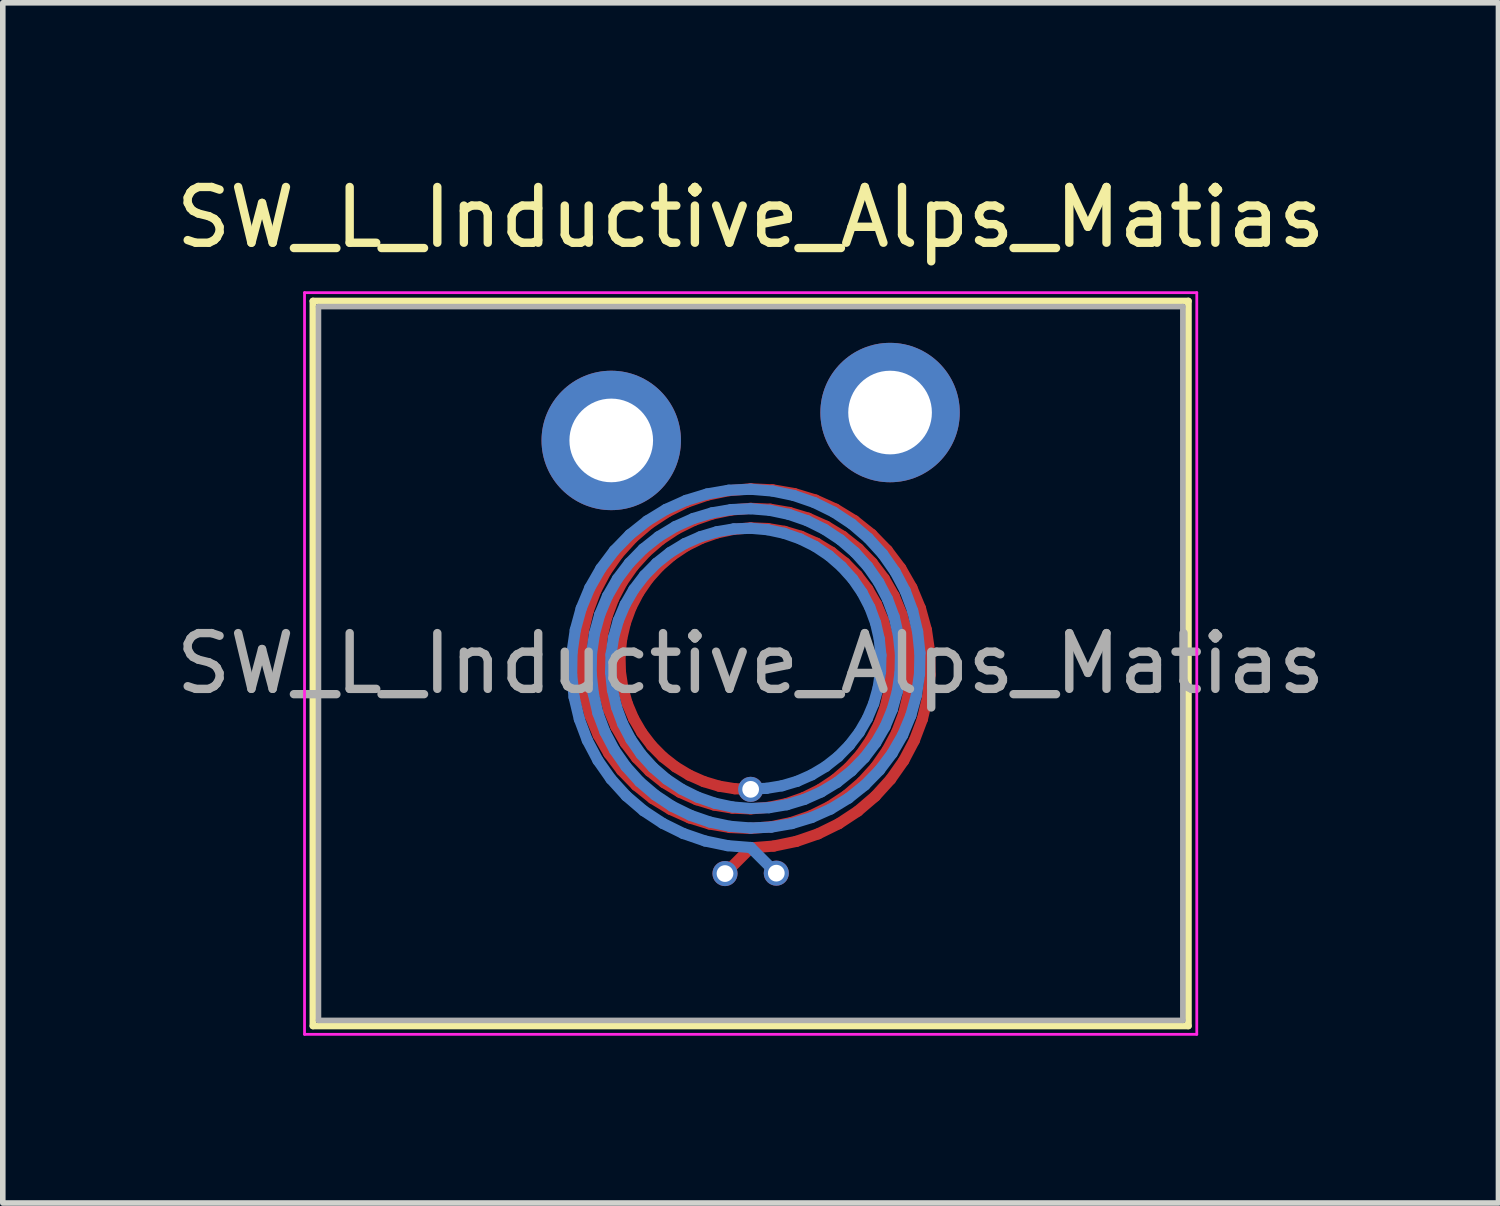
<source format=kicad_pcb>
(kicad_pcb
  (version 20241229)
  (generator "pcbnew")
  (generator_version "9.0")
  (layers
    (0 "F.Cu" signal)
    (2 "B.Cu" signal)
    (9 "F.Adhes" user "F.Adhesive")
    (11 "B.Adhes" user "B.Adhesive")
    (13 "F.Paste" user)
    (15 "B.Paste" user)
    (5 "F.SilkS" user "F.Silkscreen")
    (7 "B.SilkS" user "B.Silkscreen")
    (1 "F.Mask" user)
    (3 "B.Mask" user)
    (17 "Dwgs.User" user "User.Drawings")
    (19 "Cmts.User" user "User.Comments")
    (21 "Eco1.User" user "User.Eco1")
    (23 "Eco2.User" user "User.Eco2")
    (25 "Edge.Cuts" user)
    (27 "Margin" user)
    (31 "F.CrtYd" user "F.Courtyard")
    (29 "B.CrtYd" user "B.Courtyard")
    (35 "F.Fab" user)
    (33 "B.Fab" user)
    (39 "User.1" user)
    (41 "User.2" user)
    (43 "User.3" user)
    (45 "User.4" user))
  (footprint "SW_L_Inductive_Alps_Matias"
    (layer "F.Cu")
    (at 10.411 8.848)
    (property "Reference" "SW_L_Inductive_Alps_Matias" (at 0 -8 0) (layer "F.SilkS") (effects (font (size 1 1) (thickness 0.15))))
    (attr through_hole)
    (fp_line (start -3.042 -0.191) (end -3.001 -0.572) (stroke (width 0.2) (type solid)) (layer "F.Cu"))
    (fp_line (start -3.035 0.191) (end -3.042 -0.191) (stroke (width 0.2) (type solid)) (layer "F.Cu"))
    (fp_line (start -3.001 -0.572) (end -2.912 -0.946) (stroke (width 0.2) (type solid)) (layer "F.Cu"))
    (fp_line (start -2.98 0.569) (end -3.035 0.191) (stroke (width 0.2) (type solid)) (layer "F.Cu"))
    (fp_line (start -2.912 -0.946) (end -2.777 -1.307) (stroke (width 0.2) (type solid)) (layer "F.Cu"))
    (fp_line (start -2.879 0.935) (end -2.98 0.569) (stroke (width 0.2) (type solid)) (layer "F.Cu"))
    (fp_line (start -2.777 -1.307) (end -2.597 -1.648) (stroke (width 0.2) (type solid)) (layer "F.Cu"))
    (fp_line (start -2.733 1.286) (end -2.879 0.935) (stroke (width 0.2) (type solid)) (layer "F.Cu"))
    (fp_line (start -2.693 -0.169) (end -2.657 -0.507) (stroke (width 0.2) (type solid)) (layer "F.Cu"))
    (fp_line (start -2.686 0.169) (end -2.693 -0.169) (stroke (width 0.2) (type solid)) (layer "F.Cu"))
    (fp_line (start -2.657 -0.507) (end -2.579 -0.838) (stroke (width 0.2) (type solid)) (layer "F.Cu"))
    (fp_line (start -2.636 0.503) (end -2.686 0.169) (stroke (width 0.2) (type solid)) (layer "F.Cu"))
    (fp_line (start -2.597 -1.648) (end -2.375 -1.965) (stroke (width 0.2) (type solid)) (layer "F.Cu"))
    (fp_line (start -2.579 -0.838) (end -2.46 -1.158) (stroke (width 0.2) (type solid)) (layer "F.Cu"))
    (fp_line (start -2.546 0.827) (end -2.636 0.503) (stroke (width 0.2) (type solid)) (layer "F.Cu"))
    (fp_line (start -2.544 1.614) (end -2.733 1.286) (stroke (width 0.2) (type solid)) (layer "F.Cu"))
    (fp_line (start -2.46 -1.158) (end -2.302 -1.461) (stroke (width 0.2) (type solid)) (layer "F.Cu"))
    (fp_line (start -2.416 1.137) (end -2.546 0.827) (stroke (width 0.2) (type solid)) (layer "F.Cu"))
    (fp_line (start -2.375 -1.965) (end -2.115 -2.253) (stroke (width 0.2) (type solid)) (layer "F.Cu"))
    (fp_line (start -2.343 -0.147) (end -2.313 -0.441) (stroke (width 0.2) (type solid)) (layer "F.Cu"))
    (fp_line (start -2.336 0.147) (end -2.343 -0.147) (stroke (width 0.2) (type solid)) (layer "F.Cu"))
    (fp_line (start -2.316 1.916) (end -2.544 1.614) (stroke (width 0.2) (type solid)) (layer "F.Cu"))
    (fp_line (start -2.313 -0.441) (end -2.246 -0.73) (stroke (width 0.2) (type solid)) (layer "F.Cu"))
    (fp_line (start -2.302 -1.461) (end -2.106 -1.742) (stroke (width 0.2) (type solid)) (layer "F.Cu"))
    (fp_line (start -2.293 0.437) (end -2.336 0.147) (stroke (width 0.2) (type solid)) (layer "F.Cu"))
    (fp_line (start -2.248 1.427) (end -2.416 1.137) (stroke (width 0.2) (type solid)) (layer "F.Cu"))
    (fp_line (start -2.246 -0.73) (end -2.144 -1.009) (stroke (width 0.2) (type solid)) (layer "F.Cu"))
    (fp_line (start -2.213 0.719) (end -2.293 0.437) (stroke (width 0.2) (type solid)) (layer "F.Cu"))
    (fp_line (start -2.144 -1.009) (end -2.006 -1.273) (stroke (width 0.2) (type solid)) (layer "F.Cu"))
    (fp_line (start -2.115 -2.253) (end -1.82 -2.506) (stroke (width 0.2) (type solid)) (layer "F.Cu"))
    (fp_line (start -2.106 -1.742) (end -1.876 -1.997) (stroke (width 0.2) (type solid)) (layer "F.Cu"))
    (fp_line (start -2.099 0.988) (end -2.213 0.719) (stroke (width 0.2) (type solid)) (layer "F.Cu"))
    (fp_line (start -2.053 2.186) (end -2.316 1.916) (stroke (width 0.2) (type solid)) (layer "F.Cu"))
    (fp_line (start -2.046 1.693) (end -2.248 1.427) (stroke (width 0.2) (type solid)) (layer "F.Cu"))
    (fp_line (start -2.006 -1.273) (end -1.836 -1.519) (stroke (width 0.2) (type solid)) (layer "F.Cu"))
    (fp_line (start -1.953 1.239) (end -2.099 0.988) (stroke (width 0.2) (type solid)) (layer "F.Cu"))
    (fp_line (start -1.876 -1.997) (end -1.615 -2.222) (stroke (width 0.2) (type solid)) (layer "F.Cu"))
    (fp_line (start -1.836 -1.519) (end -1.636 -1.742) (stroke (width 0.2) (type solid)) (layer "F.Cu"))
    (fp_line (start -1.82 -2.506) (end -1.495 -2.72) (stroke (width 0.2) (type solid)) (layer "F.Cu"))
    (fp_line (start -1.813 1.931) (end -2.046 1.693) (stroke (width 0.2) (type solid)) (layer "F.Cu"))
    (fp_line (start -1.777 1.47) (end -1.953 1.239) (stroke (width 0.2) (type solid)) (layer "F.Cu"))
    (fp_line (start -1.759 2.421) (end -2.053 2.186) (stroke (width 0.2) (type solid)) (layer "F.Cu"))
    (fp_line (start -1.636 -1.742) (end -1.409 -1.939) (stroke (width 0.2) (type solid)) (layer "F.Cu"))
    (fp_line (start -1.615 -2.222) (end -1.327 -2.413) (stroke (width 0.2) (type solid)) (layer "F.Cu"))
    (fp_line (start -1.574 1.676) (end -1.777 1.47) (stroke (width 0.2) (type solid)) (layer "F.Cu"))
    (fp_line (start -1.553 2.137) (end -1.813 1.931) (stroke (width 0.2) (type solid)) (layer "F.Cu"))
    (fp_line (start -1.495 -2.72) (end -1.145 -2.893) (stroke (width 0.2) (type solid)) (layer "F.Cu"))
    (fp_line (start -1.438 2.616) (end -1.759 2.421) (stroke (width 0.2) (type solid)) (layer "F.Cu"))
    (fp_line (start -1.409 -1.939) (end -1.158 -2.107) (stroke (width 0.2) (type solid)) (layer "F.Cu"))
    (fp_line (start -1.347 1.854) (end -1.574 1.676) (stroke (width 0.2) (type solid)) (layer "F.Cu"))
    (fp_line (start -1.327 -2.413) (end -1.016 -2.567) (stroke (width 0.2) (type solid)) (layer "F.Cu"))
    (fp_line (start -1.269 2.309) (end -1.553 2.137) (stroke (width 0.2) (type solid)) (layer "F.Cu"))
    (fp_line (start -1.158 -2.107) (end -0.888 -2.242) (stroke (width 0.2) (type solid)) (layer "F.Cu"))
    (fp_line (start -1.145 -2.893) (end -0.775 -3.02) (stroke (width 0.2) (type solid)) (layer "F.Cu"))
    (fp_line (start -1.101 2.002) (end -1.347 1.854) (stroke (width 0.2) (type solid)) (layer "F.Cu"))
    (fp_line (start -1.096 2.769) (end -1.438 2.616) (stroke (width 0.2) (type solid)) (layer "F.Cu"))
    (fp_line (start -1.016 -2.567) (end -0.688 -2.681) (stroke (width 0.2) (type solid)) (layer "F.Cu"))
    (fp_line (start -0.967 2.443) (end -1.269 2.309) (stroke (width 0.2) (type solid)) (layer "F.Cu"))
    (fp_line (start -0.888 -2.242) (end -0.601 -2.342) (stroke (width 0.2) (type solid)) (layer "F.Cu"))
    (fp_line (start -0.839 2.118) (end -1.101 2.002) (stroke (width 0.2) (type solid)) (layer "F.Cu"))
    (fp_line (start -0.775 -3.02) (end -0.392 -3.1) (stroke (width 0.2) (type solid)) (layer "F.Cu"))
    (fp_line (start -0.739 2.878) (end -1.096 2.769) (stroke (width 0.2) (type solid)) (layer "F.Cu"))
    (fp_line (start -0.688 -2.681) (end -0.348 -2.753) (stroke (width 0.2) (type solid)) (layer "F.Cu"))
    (fp_line (start -0.652 2.539) (end -0.967 2.443) (stroke (width 0.2) (type solid)) (layer "F.Cu"))
    (fp_line (start -0.601 -2.342) (end -0.304 -2.406) (stroke (width 0.2) (type solid)) (layer "F.Cu"))
    (fp_line (start -0.565 2.2) (end -0.839 2.118) (stroke (width 0.2) (type solid)) (layer "F.Cu"))
    (fp_line (start -0.392 -3.1) (end 0 -3.132) (stroke (width 0.2) (type solid)) (layer "F.Cu"))
    (fp_line (start -0.371 2.941) (end -0.739 2.878) (stroke (width 0.2) (type solid)) (layer "F.Cu"))
    (fp_line (start -0.348 -2.753) (end 0 -2.782) (stroke (width 0.2) (type solid)) (layer "F.Cu"))
    (fp_line (start -0.328 2.593) (end -0.652 2.539) (stroke (width 0.2) (type solid)) (layer "F.Cu"))
    (fp_line (start -0.304 -2.406) (end 0 -2.432) (stroke (width 0.2) (type solid)) (layer "F.Cu"))
    (fp_line (start -0.284 2.246) (end -0.565 2.2) (stroke (width 0.2) (type solid)) (layer "F.Cu"))
    (fp_line (start 0 -3.132) (end 0.393 -3.114) (stroke (width 0.2) (type solid)) (layer "F.Cu"))
    (fp_line (start 0 -2.782) (end 0.35 -2.767) (stroke (width 0.2) (type solid)) (layer "F.Cu"))
    (fp_line (start 0 -2.432) (end 0.306 -2.42) (stroke (width 0.2) (type solid)) (layer "F.Cu"))
    (fp_line (start 0 2.257) (end -0.284 2.246) (stroke (width 0.2) (type solid)) (layer "F.Cu"))
    (fp_line (start 0 2.607) (end -0.328 2.593) (stroke (width 0.2) (type solid)) (layer "F.Cu"))
    (fp_line (start 0 2.957) (end -0.371 2.941) (stroke (width 0.2) (type solid)) (layer "F.Cu"))
    (fp_line (start 0 3.307) (end -0.46 3.767) (stroke (width 0.2) (type solid)) (layer "F.Cu"))
    (fp_line (start 0.306 -2.42) (end 0.608 -2.369) (stroke (width 0.2) (type solid)) (layer "F.Cu"))
    (fp_line (start 0.326 2.579) (end 0 2.607) (stroke (width 0.2) (type solid)) (layer "F.Cu"))
    (fp_line (start 0.35 -2.767) (end 0.695 -2.708) (stroke (width 0.2) (type solid)) (layer "F.Cu"))
    (fp_line (start 0.37 2.927) (end 0 2.957) (stroke (width 0.2) (type solid)) (layer "F.Cu"))
    (fp_line (start 0.393 -3.114) (end 0.782 -3.047) (stroke (width 0.2) (type solid)) (layer "F.Cu"))
    (fp_line (start 0.414 3.274) (end 0 3.307) (stroke (width 0.2) (type solid)) (layer "F.Cu"))
    (fp_line (start 0.608 -2.369) (end 0.903 -2.281) (stroke (width 0.2) (type solid)) (layer "F.Cu"))
    (fp_line (start 0.645 2.512) (end 0.326 2.579) (stroke (width 0.2) (type solid)) (layer "F.Cu"))
    (fp_line (start 0.695 -2.708) (end 1.032 -2.606) (stroke (width 0.2) (type solid)) (layer "F.Cu"))
    (fp_line (start 0.732 2.851) (end 0.37 2.927) (stroke (width 0.2) (type solid)) (layer "F.Cu"))
    (fp_line (start 0.782 -3.047) (end 1.161 -2.932) (stroke (width 0.2) (type solid)) (layer "F.Cu"))
    (fp_line (start 0.819 3.19) (end 0.414 3.274) (stroke (width 0.2) (type solid)) (layer "F.Cu"))
    (fp_line (start 0.903 -2.281) (end 1.185 -2.156) (stroke (width 0.2) (type solid)) (layer "F.Cu"))
    (fp_line (start 0.952 2.404) (end 0.645 2.512) (stroke (width 0.2) (type solid)) (layer "F.Cu"))
    (fp_line (start 1.032 -2.606) (end 1.354 -2.462) (stroke (width 0.2) (type solid)) (layer "F.Cu"))
    (fp_line (start 1.081 2.73) (end 0.732 2.851) (stroke (width 0.2) (type solid)) (layer "F.Cu"))
    (fp_line (start 1.161 -2.932) (end 1.522 -2.769) (stroke (width 0.2) (type solid)) (layer "F.Cu"))
    (fp_line (start 1.185 -2.156) (end 1.45 -1.996) (stroke (width 0.2) (type solid)) (layer "F.Cu"))
    (fp_line (start 1.21 3.055) (end 0.819 3.19) (stroke (width 0.2) (type solid)) (layer "F.Cu"))
    (fp_line (start 1.242 2.26) (end 0.952 2.404) (stroke (width 0.2) (type solid)) (layer "F.Cu"))
    (fp_line (start 1.354 -2.462) (end 1.656 -2.279) (stroke (width 0.2) (type solid)) (layer "F.Cu"))
    (fp_line (start 1.411 2.567) (end 1.081 2.73) (stroke (width 0.2) (type solid)) (layer "F.Cu"))
    (fp_line (start 1.45 -1.996) (end 1.694 -1.803) (stroke (width 0.2) (type solid)) (layer "F.Cu"))
    (fp_line (start 1.512 2.081) (end 1.242 2.26) (stroke (width 0.2) (type solid)) (layer "F.Cu"))
    (fp_line (start 1.522 -2.769) (end 1.862 -2.562) (stroke (width 0.2) (type solid)) (layer "F.Cu"))
    (fp_line (start 1.58 2.873) (end 1.21 3.055) (stroke (width 0.2) (type solid)) (layer "F.Cu"))
    (fp_line (start 1.656 -2.279) (end 1.933 -2.059) (stroke (width 0.2) (type solid)) (layer "F.Cu"))
    (fp_line (start 1.694 -1.803) (end 1.912 -1.581) (stroke (width 0.2) (type solid)) (layer "F.Cu"))
    (fp_line (start 1.718 2.364) (end 1.411 2.567) (stroke (width 0.2) (type solid)) (layer "F.Cu"))
    (fp_line (start 1.756 1.87) (end 1.512 2.081) (stroke (width 0.2) (type solid)) (layer "F.Cu"))
    (fp_line (start 1.862 -2.562) (end 2.173 -2.314) (stroke (width 0.2) (type solid)) (layer "F.Cu"))
    (fp_line (start 1.912 -1.581) (end 2.101 -1.333) (stroke (width 0.2) (type solid)) (layer "F.Cu"))
    (fp_line (start 1.923 2.647) (end 1.58 2.873) (stroke (width 0.2) (type solid)) (layer "F.Cu"))
    (fp_line (start 1.933 -2.059) (end 2.181 -1.805) (stroke (width 0.2) (type solid)) (layer "F.Cu"))
    (fp_line (start 1.971 1.631) (end 1.756 1.87) (stroke (width 0.2) (type solid)) (layer "F.Cu"))
    (fp_line (start 1.995 2.125) (end 1.718 2.364) (stroke (width 0.2) (type solid)) (layer "F.Cu"))
    (fp_line (start 2.101 -1.333) (end 2.258 -1.062) (stroke (width 0.2) (type solid)) (layer "F.Cu"))
    (fp_line (start 2.154 1.367) (end 1.971 1.631) (stroke (width 0.2) (type solid)) (layer "F.Cu"))
    (fp_line (start 2.173 -2.314) (end 2.451 -2.028) (stroke (width 0.2) (type solid)) (layer "F.Cu"))
    (fp_line (start 2.181 -1.805) (end 2.396 -1.521) (stroke (width 0.2) (type solid)) (layer "F.Cu"))
    (fp_line (start 2.235 2.38) (end 1.923 2.647) (stroke (width 0.2) (type solid)) (layer "F.Cu"))
    (fp_line (start 2.241 1.854) (end 1.995 2.125) (stroke (width 0.2) (type solid)) (layer "F.Cu"))
    (fp_line (start 2.258 -1.062) (end 2.38 -0.773) (stroke (width 0.2) (type solid)) (layer "F.Cu"))
    (fp_line (start 2.302 1.083) (end 2.154 1.367) (stroke (width 0.2) (type solid)) (layer "F.Cu"))
    (fp_line (start 2.38 -0.773) (end 2.465 -0.47) (stroke (width 0.2) (type solid)) (layer "F.Cu"))
    (fp_line (start 2.396 -1.521) (end 2.574 -1.211) (stroke (width 0.2) (type solid)) (layer "F.Cu"))
    (fp_line (start 2.413 0.784) (end 2.302 1.083) (stroke (width 0.2) (type solid)) (layer "F.Cu"))
    (fp_line (start 2.449 1.554) (end 2.241 1.854) (stroke (width 0.2) (type solid)) (layer "F.Cu"))
    (fp_line (start 2.451 -2.028) (end 2.692 -1.708) (stroke (width 0.2) (type solid)) (layer "F.Cu"))
    (fp_line (start 2.465 -0.47) (end 2.511 -0.158) (stroke (width 0.2) (type solid)) (layer "F.Cu"))
    (fp_line (start 2.485 0.474) (end 2.413 0.784) (stroke (width 0.2) (type solid)) (layer "F.Cu"))
    (fp_line (start 2.51 2.077) (end 2.235 2.38) (stroke (width 0.2) (type solid)) (layer "F.Cu"))
    (fp_line (start 2.511 -0.158) (end 2.518 0.158) (stroke (width 0.2) (type solid)) (layer "F.Cu"))
    (fp_line (start 2.518 0.158) (end 2.485 0.474) (stroke (width 0.2) (type solid)) (layer "F.Cu"))
    (fp_line (start 2.574 -1.211) (end 2.712 -0.881) (stroke (width 0.2) (type solid)) (layer "F.Cu"))
    (fp_line (start 2.619 1.232) (end 2.449 1.554) (stroke (width 0.2) (type solid)) (layer "F.Cu"))
    (fp_line (start 2.692 -1.708) (end 2.891 -1.36) (stroke (width 0.2) (type solid)) (layer "F.Cu"))
    (fp_line (start 2.712 -0.881) (end 2.808 -0.536) (stroke (width 0.2) (type solid)) (layer "F.Cu"))
    (fp_line (start 2.745 1.742) (end 2.51 2.077) (stroke (width 0.2) (type solid)) (layer "F.Cu"))
    (fp_line (start 2.746 0.892) (end 2.619 1.232) (stroke (width 0.2) (type solid)) (layer "F.Cu"))
    (fp_line (start 2.808 -0.536) (end 2.86 -0.18) (stroke (width 0.2) (type solid)) (layer "F.Cu"))
    (fp_line (start 2.829 0.54) (end 2.746 0.892) (stroke (width 0.2) (type solid)) (layer "F.Cu"))
    (fp_line (start 2.86 -0.18) (end 2.867 0.18) (stroke (width 0.2) (type solid)) (layer "F.Cu"))
    (fp_line (start 2.867 0.18) (end 2.829 0.54) (stroke (width 0.2) (type solid)) (layer "F.Cu"))
    (fp_line (start 2.891 -1.36) (end 3.045 -0.989) (stroke (width 0.2) (type solid)) (layer "F.Cu"))
    (fp_line (start 2.935 1.381) (end 2.745 1.742) (stroke (width 0.2) (type solid)) (layer "F.Cu"))
    (fp_line (start 3.045 -0.989) (end 3.152 -0.601) (stroke (width 0.2) (type solid)) (layer "F.Cu"))
    (fp_line (start 3.079 1) (end 2.935 1.381) (stroke (width 0.2) (type solid)) (layer "F.Cu"))
    (fp_line (start 3.152 -0.601) (end 3.21 -0.202) (stroke (width 0.2) (type solid)) (layer "F.Cu"))
    (fp_line (start 3.173 0.605) (end 3.079 1) (stroke (width 0.2) (type solid)) (layer "F.Cu"))
    (fp_line (start 3.21 -0.202) (end 3.217 0.202) (stroke (width 0.2) (type solid)) (layer "F.Cu"))
    (fp_line (start 3.217 0.202) (end 3.173 0.605) (stroke (width 0.2) (type solid)) (layer "F.Cu"))
    (fp_line (start -3.21 0.202) (end -3.203 -0.201) (stroke (width 0.2) (type solid)) (layer "B.Cu"))
    (fp_line (start -3.203 -0.201) (end -3.145 -0.6) (stroke (width 0.2) (type solid)) (layer "B.Cu"))
    (fp_line (start -3.166 0.604) (end -3.21 0.202) (stroke (width 0.2) (type solid)) (layer "B.Cu"))
    (fp_line (start -3.145 -0.6) (end -3.039 -0.987) (stroke (width 0.2) (type solid)) (layer "B.Cu"))
    (fp_line (start -3.072 0.998) (end -3.166 0.604) (stroke (width 0.2) (type solid)) (layer "B.Cu"))
    (fp_line (start -3.039 -0.987) (end -2.885 -1.357) (stroke (width 0.2) (type solid)) (layer "B.Cu"))
    (fp_line (start -2.929 1.378) (end -3.072 0.998) (stroke (width 0.2) (type solid)) (layer "B.Cu"))
    (fp_line (start -2.885 -1.357) (end -2.686 -1.704) (stroke (width 0.2) (type solid)) (layer "B.Cu"))
    (fp_line (start -2.86 0.18) (end -2.853 -0.18) (stroke (width 0.2) (type solid)) (layer "B.Cu"))
    (fp_line (start -2.853 -0.18) (end -2.801 -0.534) (stroke (width 0.2) (type solid)) (layer "B.Cu"))
    (fp_line (start -2.822 0.538) (end -2.86 0.18) (stroke (width 0.2) (type solid)) (layer "B.Cu"))
    (fp_line (start -2.801 -0.534) (end -2.706 -0.879) (stroke (width 0.2) (type solid)) (layer "B.Cu"))
    (fp_line (start -2.739 0.89) (end -2.822 0.538) (stroke (width 0.2) (type solid)) (layer "B.Cu"))
    (fp_line (start -2.739 1.738) (end -2.929 1.378) (stroke (width 0.2) (type solid)) (layer "B.Cu"))
    (fp_line (start -2.706 -0.879) (end -2.568 -1.208) (stroke (width 0.2) (type solid)) (layer "B.Cu"))
    (fp_line (start -2.686 -1.704) (end -2.446 -2.023) (stroke (width 0.2) (type solid)) (layer "B.Cu"))
    (fp_line (start -2.612 1.229) (end -2.739 0.89) (stroke (width 0.2) (type solid)) (layer "B.Cu"))
    (fp_line (start -2.568 -1.208) (end -2.39 -1.517) (stroke (width 0.2) (type solid)) (layer "B.Cu"))
    (fp_line (start -2.511 0.158) (end -2.504 -0.158) (stroke (width 0.2) (type solid)) (layer "B.Cu"))
    (fp_line (start -2.505 2.072) (end -2.739 1.738) (stroke (width 0.2) (type solid)) (layer "B.Cu"))
    (fp_line (start -2.504 -0.158) (end -2.458 -0.469) (stroke (width 0.2) (type solid)) (layer "B.Cu"))
    (fp_line (start -2.478 0.473) (end -2.511 0.158) (stroke (width 0.2) (type solid)) (layer "B.Cu"))
    (fp_line (start -2.458 -0.469) (end -2.373 -0.771) (stroke (width 0.2) (type solid)) (layer "B.Cu"))
    (fp_line (start -2.446 -2.023) (end -2.168 -2.309) (stroke (width 0.2) (type solid)) (layer "B.Cu"))
    (fp_line (start -2.443 1.551) (end -2.612 1.229) (stroke (width 0.2) (type solid)) (layer "B.Cu"))
    (fp_line (start -2.406 0.782) (end -2.478 0.473) (stroke (width 0.2) (type solid)) (layer "B.Cu"))
    (fp_line (start -2.39 -1.517) (end -2.176 -1.8) (stroke (width 0.2) (type solid)) (layer "B.Cu"))
    (fp_line (start -2.373 -0.771) (end -2.251 -1.059) (stroke (width 0.2) (type solid)) (layer "B.Cu"))
    (fp_line (start -2.296 1.08) (end -2.406 0.782) (stroke (width 0.2) (type solid)) (layer "B.Cu"))
    (fp_line (start -2.251 -1.059) (end -2.095 -1.329) (stroke (width 0.2) (type solid)) (layer "B.Cu"))
    (fp_line (start -2.235 1.849) (end -2.443 1.551) (stroke (width 0.2) (type solid)) (layer "B.Cu"))
    (fp_line (start -2.23 2.375) (end -2.505 2.072) (stroke (width 0.2) (type solid)) (layer "B.Cu"))
    (fp_line (start -2.176 -1.8) (end -1.928 -2.054) (stroke (width 0.2) (type solid)) (layer "B.Cu"))
    (fp_line (start -2.168 -2.309) (end -1.857 -2.556) (stroke (width 0.2) (type solid)) (layer "B.Cu"))
    (fp_line (start -2.148 1.363) (end -2.296 1.08) (stroke (width 0.2) (type solid)) (layer "B.Cu"))
    (fp_line (start -2.095 -1.329) (end -1.906 -1.577) (stroke (width 0.2) (type solid)) (layer "B.Cu"))
    (fp_line (start -1.991 2.12) (end -2.235 1.849) (stroke (width 0.2) (type solid)) (layer "B.Cu"))
    (fp_line (start -1.966 1.626) (end -2.148 1.363) (stroke (width 0.2) (type solid)) (layer "B.Cu"))
    (fp_line (start -1.928 -2.054) (end -1.652 -2.273) (stroke (width 0.2) (type solid)) (layer "B.Cu"))
    (fp_line (start -1.919 2.641) (end -2.23 2.375) (stroke (width 0.2) (type solid)) (layer "B.Cu"))
    (fp_line (start -1.906 -1.577) (end -1.689 -1.798) (stroke (width 0.2) (type solid)) (layer "B.Cu"))
    (fp_line (start -1.857 -2.556) (end -1.519 -2.763) (stroke (width 0.2) (type solid)) (layer "B.Cu"))
    (fp_line (start -1.751 1.865) (end -1.966 1.626) (stroke (width 0.2) (type solid)) (layer "B.Cu"))
    (fp_line (start -1.713 2.358) (end -1.991 2.12) (stroke (width 0.2) (type solid)) (layer "B.Cu"))
    (fp_line (start -1.689 -1.798) (end -1.446 -1.99) (stroke (width 0.2) (type solid)) (layer "B.Cu"))
    (fp_line (start -1.652 -2.273) (end -1.35 -2.456) (stroke (width 0.2) (type solid)) (layer "B.Cu"))
    (fp_line (start -1.576 2.867) (end -1.919 2.641) (stroke (width 0.2) (type solid)) (layer "B.Cu"))
    (fp_line (start -1.519 -2.763) (end -1.158 -2.925) (stroke (width 0.2) (type solid)) (layer "B.Cu"))
    (fp_line (start -1.508 2.075) (end -1.751 1.865) (stroke (width 0.2) (type solid)) (layer "B.Cu"))
    (fp_line (start -1.446 -1.99) (end -1.182 -2.15) (stroke (width 0.2) (type solid)) (layer "B.Cu"))
    (fp_line (start -1.408 2.561) (end -1.713 2.358) (stroke (width 0.2) (type solid)) (layer "B.Cu"))
    (fp_line (start -1.35 -2.456) (end -1.029 -2.6) (stroke (width 0.2) (type solid)) (layer "B.Cu"))
    (fp_line (start -1.239 2.254) (end -1.508 2.075) (stroke (width 0.2) (type solid)) (layer "B.Cu"))
    (fp_line (start -1.207 3.049) (end -1.576 2.867) (stroke (width 0.2) (type solid)) (layer "B.Cu"))
    (fp_line (start -1.182 -2.15) (end -0.9 -2.274) (stroke (width 0.2) (type solid)) (layer "B.Cu"))
    (fp_line (start -1.158 -2.925) (end -0.781 -3.04) (stroke (width 0.2) (type solid)) (layer "B.Cu"))
    (fp_line (start -1.078 2.723) (end -1.408 2.561) (stroke (width 0.2) (type solid)) (layer "B.Cu"))
    (fp_line (start -1.029 -2.6) (end -0.694 -2.701) (stroke (width 0.2) (type solid)) (layer "B.Cu"))
    (fp_line (start -0.949 2.398) (end -1.239 2.254) (stroke (width 0.2) (type solid)) (layer "B.Cu"))
    (fp_line (start -0.9 -2.274) (end -0.607 -2.362) (stroke (width 0.2) (type solid)) (layer "B.Cu"))
    (fp_line (start -0.817 3.183) (end -1.207 3.049) (stroke (width 0.2) (type solid)) (layer "B.Cu"))
    (fp_line (start -0.781 -3.04) (end -0.393 -3.107) (stroke (width 0.2) (type solid)) (layer "B.Cu"))
    (fp_line (start -0.73 2.844) (end -1.078 2.723) (stroke (width 0.2) (type solid)) (layer "B.Cu"))
    (fp_line (start -0.694 -2.701) (end -0.349 -2.76) (stroke (width 0.2) (type solid)) (layer "B.Cu"))
    (fp_line (start -0.643 2.505) (end -0.949 2.398) (stroke (width 0.2) (type solid)) (layer "B.Cu"))
    (fp_line (start -0.607 -2.362) (end -0.305 -2.413) (stroke (width 0.2) (type solid)) (layer "B.Cu"))
    (fp_line (start -0.413 3.267) (end -0.817 3.183) (stroke (width 0.2) (type solid)) (layer "B.Cu"))
    (fp_line (start -0.393 -3.107) (end 0 -3.125) (stroke (width 0.2) (type solid)) (layer "B.Cu"))
    (fp_line (start -0.369 2.92) (end -0.73 2.844) (stroke (width 0.2) (type solid)) (layer "B.Cu"))
    (fp_line (start -0.349 -2.76) (end 0 -2.775) (stroke (width 0.2) (type solid)) (layer "B.Cu"))
    (fp_line (start -0.325 2.573) (end -0.643 2.505) (stroke (width 0.2) (type solid)) (layer "B.Cu"))
    (fp_line (start -0.305 -2.413) (end 0 -2.425) (stroke (width 0.2) (type solid)) (layer "B.Cu"))
    (fp_line (start 0 -3.125) (end 0.391 -3.093) (stroke (width 0.2) (type solid)) (layer "B.Cu"))
    (fp_line (start 0 -2.775) (end 0.347 -2.746) (stroke (width 0.2) (type solid)) (layer "B.Cu"))
    (fp_line (start 0 -2.425) (end 0.303 -2.399) (stroke (width 0.2) (type solid)) (layer "B.Cu"))
    (fp_line (start 0 2.6) (end -0.325 2.573) (stroke (width 0.2) (type solid)) (layer "B.Cu"))
    (fp_line (start 0 2.95) (end -0.369 2.92) (stroke (width 0.2) (type solid)) (layer "B.Cu"))
    (fp_line (start 0 3.3) (end -0.413 3.267) (stroke (width 0.2) (type solid)) (layer "B.Cu"))
    (fp_line (start 0.283 2.239) (end 0 2.25) (stroke (width 0.2) (type solid)) (layer "B.Cu"))
    (fp_line (start 0.303 -2.399) (end 0.6 -2.335) (stroke (width 0.2) (type solid)) (layer "B.Cu"))
    (fp_line (start 0.327 2.586) (end 0 2.6) (stroke (width 0.2) (type solid)) (layer "B.Cu"))
    (fp_line (start 0.347 -2.746) (end 0.687 -2.674) (stroke (width 0.2) (type solid)) (layer "B.Cu"))
    (fp_line (start 0.371 2.934) (end 0 2.95) (stroke (width 0.2) (type solid)) (layer "B.Cu"))
    (fp_line (start 0.391 -3.093) (end 0.774 -3.013) (stroke (width 0.2) (type solid)) (layer "B.Cu"))
    (fp_line (start 0.46 3.76) (end 0 3.3) (stroke (width 0.2) (type solid)) (layer "B.Cu"))
    (fp_line (start 0.563 2.193) (end 0.283 2.239) (stroke (width 0.2) (type solid)) (layer "B.Cu"))
    (fp_line (start 0.6 -2.335) (end 0.885 -2.235) (stroke (width 0.2) (type solid)) (layer "B.Cu"))
    (fp_line (start 0.65 2.532) (end 0.327 2.586) (stroke (width 0.2) (type solid)) (layer "B.Cu"))
    (fp_line (start 0.687 -2.674) (end 1.014 -2.561) (stroke (width 0.2) (type solid)) (layer "B.Cu"))
    (fp_line (start 0.737 2.871) (end 0.371 2.934) (stroke (width 0.2) (type solid)) (layer "B.Cu"))
    (fp_line (start 0.774 -3.013) (end 1.143 -2.886) (stroke (width 0.2) (type solid)) (layer "B.Cu"))
    (fp_line (start 0.836 2.112) (end 0.563 2.193) (stroke (width 0.2) (type solid)) (layer "B.Cu"))
    (fp_line (start 0.885 -2.235) (end 1.155 -2.101) (stroke (width 0.2) (type solid)) (layer "B.Cu"))
    (fp_line (start 0.965 2.437) (end 0.65 2.532) (stroke (width 0.2) (type solid)) (layer "B.Cu"))
    (fp_line (start 1.014 -2.561) (end 1.323 -2.407) (stroke (width 0.2) (type solid)) (layer "B.Cu"))
    (fp_line (start 1.094 2.762) (end 0.737 2.871) (stroke (width 0.2) (type solid)) (layer "B.Cu"))
    (fp_line (start 1.097 1.996) (end 0.836 2.112) (stroke (width 0.2) (type solid)) (layer "B.Cu"))
    (fp_line (start 1.143 -2.886) (end 1.492 -2.714) (stroke (width 0.2) (type solid)) (layer "B.Cu"))
    (fp_line (start 1.155 -2.101) (end 1.405 -1.934) (stroke (width 0.2) (type solid)) (layer "B.Cu"))
    (fp_line (start 1.266 2.303) (end 0.965 2.437) (stroke (width 0.2) (type solid)) (layer "B.Cu"))
    (fp_line (start 1.323 -2.407) (end 1.611 -2.217) (stroke (width 0.2) (type solid)) (layer "B.Cu"))
    (fp_line (start 1.343 1.849) (end 1.097 1.996) (stroke (width 0.2) (type solid)) (layer "B.Cu"))
    (fp_line (start 1.405 -1.934) (end 1.631 -1.737) (stroke (width 0.2) (type solid)) (layer "B.Cu"))
    (fp_line (start 1.435 2.61) (end 1.094 2.762) (stroke (width 0.2) (type solid)) (layer "B.Cu"))
    (fp_line (start 1.492 -2.714) (end 1.816 -2.5) (stroke (width 0.2) (type solid)) (layer "B.Cu"))
    (fp_line (start 1.549 2.132) (end 1.266 2.303) (stroke (width 0.2) (type solid)) (layer "B.Cu"))
    (fp_line (start 1.569 1.671) (end 1.343 1.849) (stroke (width 0.2) (type solid)) (layer "B.Cu"))
    (fp_line (start 1.611 -2.217) (end 1.871 -1.992) (stroke (width 0.2) (type solid)) (layer "B.Cu"))
    (fp_line (start 1.631 -1.737) (end 1.831 -1.515) (stroke (width 0.2) (type solid)) (layer "B.Cu"))
    (fp_line (start 1.755 2.415) (end 1.435 2.61) (stroke (width 0.2) (type solid)) (layer "B.Cu"))
    (fp_line (start 1.771 1.465) (end 1.569 1.671) (stroke (width 0.2) (type solid)) (layer "B.Cu"))
    (fp_line (start 1.809 1.926) (end 1.549 2.132) (stroke (width 0.2) (type solid)) (layer "B.Cu"))
    (fp_line (start 1.816 -2.5) (end 2.11 -2.247) (stroke (width 0.2) (type solid)) (layer "B.Cu"))
    (fp_line (start 1.831 -1.515) (end 2 -1.269) (stroke (width 0.2) (type solid)) (layer "B.Cu"))
    (fp_line (start 1.871 -1.992) (end 2.1 -1.738) (stroke (width 0.2) (type solid)) (layer "B.Cu"))
    (fp_line (start 1.947 1.236) (end 1.771 1.465) (stroke (width 0.2) (type solid)) (layer "B.Cu"))
    (fp_line (start 2 -1.269) (end 2.137 -1.006) (stroke (width 0.2) (type solid)) (layer "B.Cu"))
    (fp_line (start 2.041 1.689) (end 1.809 1.926) (stroke (width 0.2) (type solid)) (layer "B.Cu"))
    (fp_line (start 2.048 2.181) (end 1.755 2.415) (stroke (width 0.2) (type solid)) (layer "B.Cu"))
    (fp_line (start 2.093 0.985) (end 1.947 1.236) (stroke (width 0.2) (type solid)) (layer "B.Cu"))
    (fp_line (start 2.1 -1.738) (end 2.296 -1.457) (stroke (width 0.2) (type solid)) (layer "B.Cu"))
    (fp_line (start 2.11 -2.247) (end 2.37 -1.961) (stroke (width 0.2) (type solid)) (layer "B.Cu"))
    (fp_line (start 2.137 -1.006) (end 2.24 -0.728) (stroke (width 0.2) (type solid)) (layer "B.Cu"))
    (fp_line (start 2.206 0.717) (end 2.093 0.985) (stroke (width 0.2) (type solid)) (layer "B.Cu"))
    (fp_line (start 2.24 -0.728) (end 2.306 -0.44) (stroke (width 0.2) (type solid)) (layer "B.Cu"))
    (fp_line (start 2.243 1.423) (end 2.041 1.689) (stroke (width 0.2) (type solid)) (layer "B.Cu"))
    (fp_line (start 2.286 0.436) (end 2.206 0.717) (stroke (width 0.2) (type solid)) (layer "B.Cu"))
    (fp_line (start 2.296 -1.457) (end 2.454 -1.155) (stroke (width 0.2) (type solid)) (layer "B.Cu"))
    (fp_line (start 2.306 -0.44) (end 2.336 -0.147) (stroke (width 0.2) (type solid)) (layer "B.Cu"))
    (fp_line (start 2.311 1.912) (end 2.048 2.181) (stroke (width 0.2) (type solid)) (layer "B.Cu"))
    (fp_line (start 2.329 0.147) (end 2.286 0.436) (stroke (width 0.2) (type solid)) (layer "B.Cu"))
    (fp_line (start 2.336 -0.147) (end 2.329 0.147) (stroke (width 0.2) (type solid)) (layer "B.Cu"))
    (fp_line (start 2.37 -1.961) (end 2.591 -1.644) (stroke (width 0.2) (type solid)) (layer "B.Cu"))
    (fp_line (start 2.41 1.134) (end 2.243 1.423) (stroke (width 0.2) (type solid)) (layer "B.Cu"))
    (fp_line (start 2.454 -1.155) (end 2.573 -0.836) (stroke (width 0.2) (type solid)) (layer "B.Cu"))
    (fp_line (start 2.538 1.611) (end 2.311 1.912) (stroke (width 0.2) (type solid)) (layer "B.Cu"))
    (fp_line (start 2.539 0.825) (end 2.41 1.134) (stroke (width 0.2) (type solid)) (layer "B.Cu"))
    (fp_line (start 2.573 -0.836) (end 2.65 -0.506) (stroke (width 0.2) (type solid)) (layer "B.Cu"))
    (fp_line (start 2.591 -1.644) (end 2.771 -1.304) (stroke (width 0.2) (type solid)) (layer "B.Cu"))
    (fp_line (start 2.63 0.502) (end 2.539 0.825) (stroke (width 0.2) (type solid)) (layer "B.Cu"))
    (fp_line (start 2.65 -0.506) (end 2.686 -0.169) (stroke (width 0.2) (type solid)) (layer "B.Cu"))
    (fp_line (start 2.679 0.169) (end 2.63 0.502) (stroke (width 0.2) (type solid)) (layer "B.Cu"))
    (fp_line (start 2.686 -0.169) (end 2.679 0.169) (stroke (width 0.2) (type solid)) (layer "B.Cu"))
    (fp_line (start 2.726 1.283) (end 2.538 1.611) (stroke (width 0.2) (type solid)) (layer "B.Cu"))
    (fp_line (start 2.771 -1.304) (end 2.905 -0.944) (stroke (width 0.2) (type solid)) (layer "B.Cu"))
    (fp_line (start 2.872 0.933) (end 2.726 1.283) (stroke (width 0.2) (type solid)) (layer "B.Cu"))
    (fp_line (start 2.905 -0.944) (end 2.994 -0.571) (stroke (width 0.2) (type solid)) (layer "B.Cu"))
    (fp_line (start 2.973 0.567) (end 2.872 0.933) (stroke (width 0.2) (type solid)) (layer "B.Cu"))
    (fp_line (start 2.994 -0.571) (end 3.035 -0.191) (stroke (width 0.2) (type solid)) (layer "B.Cu"))
    (fp_line (start 3.028 0.191) (end 2.973 0.567) (stroke (width 0.2) (type solid)) (layer "B.Cu"))
    (fp_line (start 3.035 -0.191) (end 3.028 0.191) (stroke (width 0.2) (type solid)) (layer "B.Cu"))
    (fp_line (start -7.85 -6.5) (end -7.85 6.5) (stroke (width 0.12) (type solid)) (layer "F.SilkS"))
    (fp_line (start -7.85 6.5) (end 7.85 6.5) (stroke (width 0.12) (type solid)) (layer "F.SilkS"))
    (fp_line (start 7.85 -6.5) (end -7.85 -6.5) (stroke (width 0.12) (type solid)) (layer "F.SilkS"))
    (fp_line (start 7.85 6.5) (end 7.85 -6.5) (stroke (width 0.12) (type solid)) (layer "F.SilkS"))
    (fp_line (start -8 -6.65) (end -8 6.65) (stroke (width 0.05) (type solid)) (layer "F.CrtYd"))
    (fp_line (start -8 6.65) (end 8 6.65) (stroke (width 0.05) (type solid)) (layer "F.CrtYd"))
    (fp_line (start 8 -6.65) (end -8 -6.65) (stroke (width 0.05) (type solid)) (layer "F.CrtYd"))
    (fp_line (start 8 6.65) (end 8 -6.65) (stroke (width 0.05) (type solid)) (layer "F.CrtYd"))
    (fp_line (start -7.75 -6.4) (end -7.75 6.4) (stroke (width 0.1) (type solid)) (layer "F.Fab"))
    (fp_line (start -7.75 6.4) (end 7.75 6.4) (stroke (width 0.1) (type solid)) (layer "F.Fab"))
    (fp_line (start 7.75 -6.4) (end -7.75 -6.4) (stroke (width 0.1) (type solid)) (layer "F.Fab"))
    (fp_line (start 7.75 6.4) (end 7.75 -6.4) (stroke (width 0.1) (type solid)) (layer "F.Fab"))
    (fp_text user "${REFERENCE}" (at 0 0 0) (layer "F.Fab") (effects (font (size 1 1) (thickness 0.15))))
    (pad "" thru_hole circle (at 0 2.257) (size 0.45 0.45) (drill 0.3) (layers "*.Cu"))
    (pad "1" thru_hole circle (at -2.5 -4) (size 2.5 2.5) (drill 1.5) (layers "*.Cu" "B.Mask"))
    (pad "2" thru_hole circle (at 2.5 -4.5) (size 2.5 2.5) (drill 1.5) (layers "*.Cu" "B.Mask"))
    (pad "3" thru_hole circle (at -0.46 3.767) (size 0.45 0.45) (drill 0.3) (layers "*.Cu"))
    (pad "4" thru_hole circle (at 0.46 3.76) (size 0.45 0.45) (drill 0.3) (layers "*.Cu")))
  (gr_rect
    (start -3 -3)
    (end 23.821 18.523)
    (stroke (width 0.1) (type default))
    (fill no)
    (layer "Edge.Cuts")))
</source>
